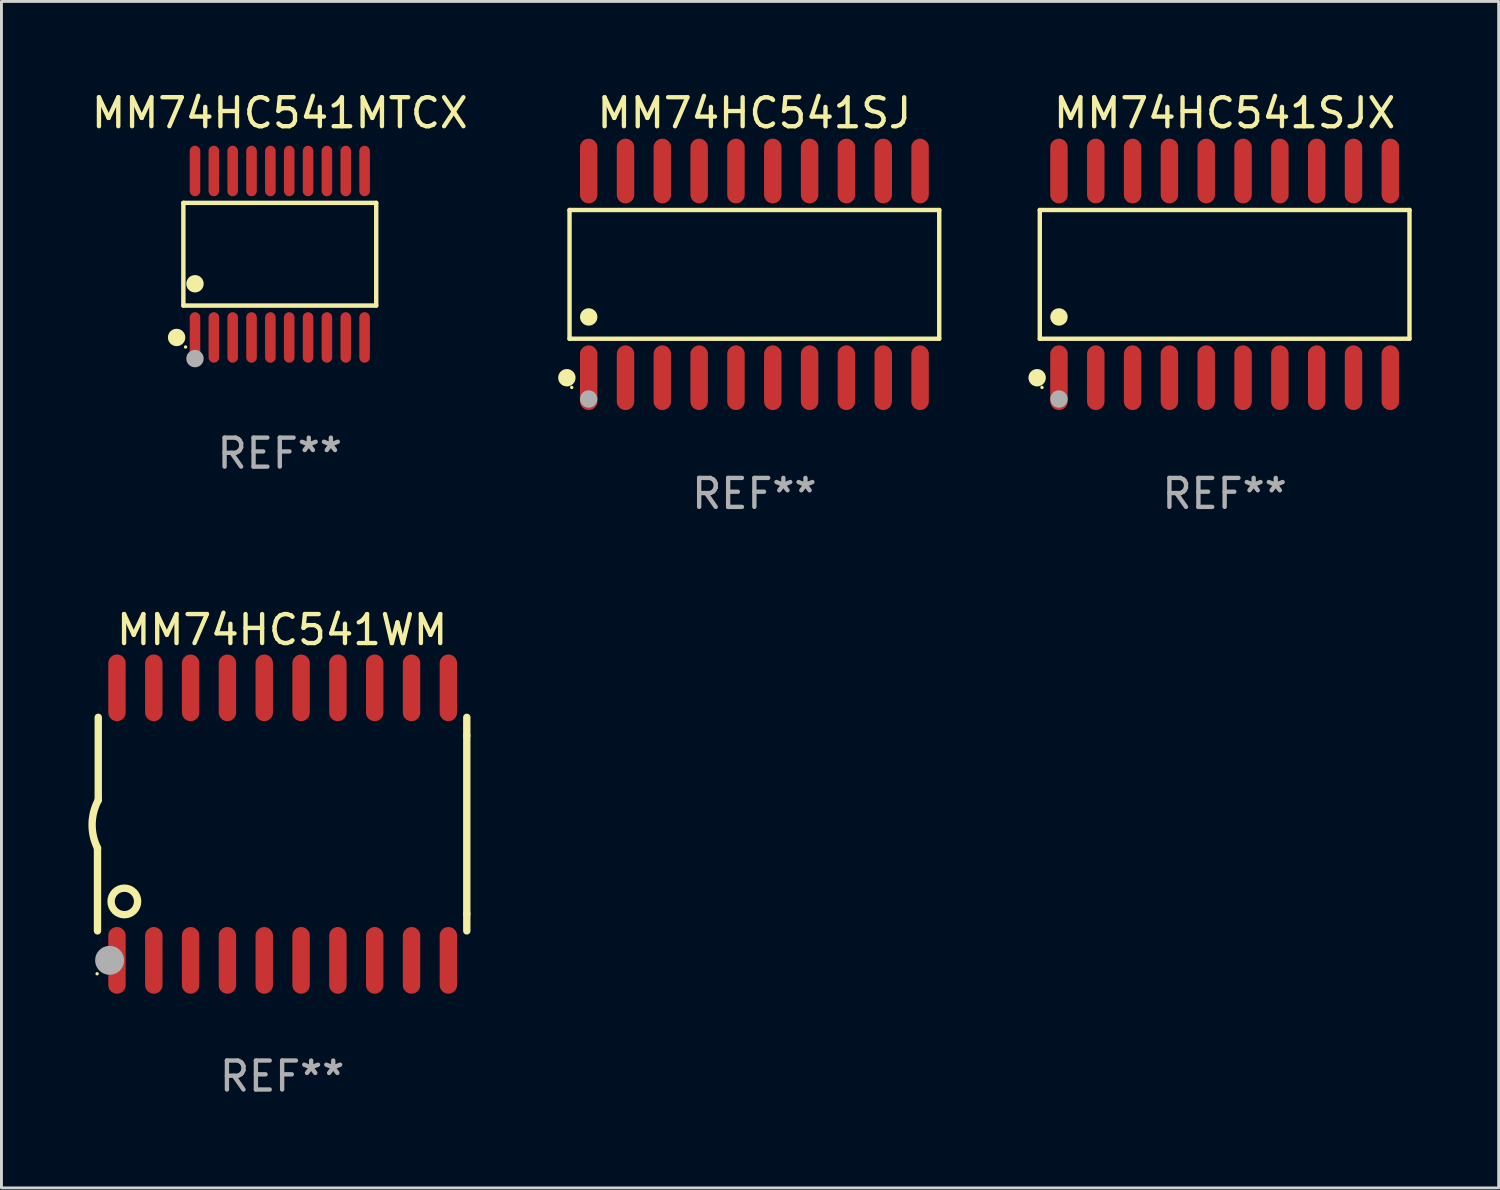
<source format=kicad_pcb>
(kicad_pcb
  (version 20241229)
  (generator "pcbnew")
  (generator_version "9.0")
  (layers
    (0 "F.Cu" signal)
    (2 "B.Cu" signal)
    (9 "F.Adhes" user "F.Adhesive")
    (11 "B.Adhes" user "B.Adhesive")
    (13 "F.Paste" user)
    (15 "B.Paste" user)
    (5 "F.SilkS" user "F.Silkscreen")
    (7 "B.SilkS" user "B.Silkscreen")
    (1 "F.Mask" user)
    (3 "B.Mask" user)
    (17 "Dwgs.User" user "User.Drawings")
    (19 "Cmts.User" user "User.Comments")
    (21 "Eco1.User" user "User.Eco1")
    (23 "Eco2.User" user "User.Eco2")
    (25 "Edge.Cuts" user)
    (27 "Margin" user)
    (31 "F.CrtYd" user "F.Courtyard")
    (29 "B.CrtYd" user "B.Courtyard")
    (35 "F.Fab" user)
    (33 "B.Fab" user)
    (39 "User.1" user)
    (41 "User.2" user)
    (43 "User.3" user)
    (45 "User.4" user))
  (footprint "MM74HC541SJ"
    (layer "F.Cu")
    (at 22.971 6.414)
    (property "Reference" "MM74HC541SJ" (at 0 -5.565 0) (layer "F.SilkS") (effects (font (size 1 1) (thickness 0.15))))
    (attr through_hole)
    (fp_line (start -6.376 -2.221) (end 6.376 -2.221) (stroke (width 0.152) (type solid)) (layer "F.SilkS"))
    (fp_line (start -6.376 2.221) (end -6.376 -2.221) (stroke (width 0.152) (type solid)) (layer "F.SilkS"))
    (fp_line (start 6.376 -2.221) (end 6.376 2.221) (stroke (width 0.152) (type solid)) (layer "F.SilkS"))
    (fp_line (start 6.376 2.221) (end -6.376 2.221) (stroke (width 0.152) (type solid)) (layer "F.SilkS"))
    (fp_circle (center -6.468 3.565) (end -6.318 3.565) (stroke (width 0.3) (type solid)) (fill no) (layer "F.SilkS"))
    (fp_circle (center -6.3 3.9) (end -6.27 3.9) (stroke (width 0.06) (type solid)) (fill no) (layer "F.SilkS"))
    (fp_circle (center -5.715 1.469) (end -5.565 1.469) (stroke (width 0.3) (type solid)) (fill no) (layer "F.SilkS"))
    (fp_circle (center -5.715 4.3) (end -5.565 4.3) (stroke (width 0.3) (type solid)) (fill no) (layer "F.Fab"))
    (fp_text user "REF**" (at 0 7.565 0) (layer "F.Fab") (effects (font (size 1 1) (thickness 0.15))))
    (pad "1" smd oval (at -5.715 3.565) (size 0.602 2.231) (layers "F.Cu" "F.Mask" "F.Paste"))
    (pad "2" smd oval (at -4.445 3.565) (size 0.602 2.231) (layers "F.Cu" "F.Mask" "F.Paste"))
    (pad "3" smd oval (at -3.175 3.565) (size 0.602 2.231) (layers "F.Cu" "F.Mask" "F.Paste"))
    (pad "4" smd oval (at -1.905 3.565) (size 0.602 2.231) (layers "F.Cu" "F.Mask" "F.Paste"))
    (pad "5" smd oval (at -0.635 3.565) (size 0.602 2.231) (layers "F.Cu" "F.Mask" "F.Paste"))
    (pad "6" smd oval (at 0.635 3.565) (size 0.602 2.231) (layers "F.Cu" "F.Mask" "F.Paste"))
    (pad "7" smd oval (at 1.905 3.565) (size 0.602 2.231) (layers "F.Cu" "F.Mask" "F.Paste"))
    (pad "8" smd oval (at 3.175 3.565) (size 0.602 2.231) (layers "F.Cu" "F.Mask" "F.Paste"))
    (pad "9" smd oval (at 4.445 3.565) (size 0.602 2.231) (layers "F.Cu" "F.Mask" "F.Paste"))
    (pad "10" smd oval (at 5.715 3.565) (size 0.602 2.231) (layers "F.Cu" "F.Mask" "F.Paste"))
    (pad "11" smd oval (at 5.715 -3.565) (size 0.602 2.231) (layers "F.Cu" "F.Mask" "F.Paste"))
    (pad "12" smd oval (at 4.445 -3.565) (size 0.602 2.231) (layers "F.Cu" "F.Mask" "F.Paste"))
    (pad "13" smd oval (at 3.175 -3.565) (size 0.602 2.231) (layers "F.Cu" "F.Mask" "F.Paste"))
    (pad "14" smd oval (at 1.905 -3.565) (size 0.602 2.231) (layers "F.Cu" "F.Mask" "F.Paste"))
    (pad "15" smd oval (at 0.635 -3.565) (size 0.602 2.231) (layers "F.Cu" "F.Mask" "F.Paste"))
    (pad "16" smd oval (at -0.635 -3.565) (size 0.602 2.231) (layers "F.Cu" "F.Mask" "F.Paste"))
    (pad "17" smd oval (at -1.905 -3.565) (size 0.602 2.231) (layers "F.Cu" "F.Mask" "F.Paste"))
    (pad "18" smd oval (at -3.175 -3.565) (size 0.602 2.231) (layers "F.Cu" "F.Mask" "F.Paste"))
    (pad "19" smd oval (at -4.445 -3.565) (size 0.602 2.231) (layers "F.Cu" "F.Mask" "F.Paste"))
    (pad "20" smd oval (at -5.715 -3.565) (size 0.602 2.231) (layers "F.Cu" "F.Mask" "F.Paste")))
  (footprint "MM74HC541MTCX"
    (layer "F.Cu")
    (at 6.601 5.719)
    (property "Reference" "MM74HC541MTCX" (at 0 -4.871 0) (layer "F.SilkS") (effects (font (size 1 1) (thickness 0.15))))
    (attr through_hole)
    (fp_line (start -3.326 -1.771) (end 3.326 -1.771) (stroke (width 0.152) (type solid)) (layer "F.SilkS"))
    (fp_line (start -3.326 1.771) (end -3.326 -1.771) (stroke (width 0.152) (type solid)) (layer "F.SilkS"))
    (fp_line (start 3.326 -1.771) (end 3.326 1.771) (stroke (width 0.152) (type solid)) (layer "F.SilkS"))
    (fp_line (start 3.326 1.771) (end -3.326 1.771) (stroke (width 0.152) (type solid)) (layer "F.SilkS"))
    (fp_circle (center -3.559 2.871) (end -3.409 2.871) (stroke (width 0.3) (type solid)) (fill no) (layer "F.SilkS"))
    (fp_circle (center -3.25 3.2) (end -3.22 3.2) (stroke (width 0.06) (type solid)) (fill no) (layer "F.SilkS"))
    (fp_circle (center -2.925 1.019) (end -2.775 1.019) (stroke (width 0.3) (type solid)) (fill no) (layer "F.SilkS"))
    (fp_circle (center -2.925 3.6) (end -2.775 3.6) (stroke (width 0.3) (type solid)) (fill no) (layer "F.Fab"))
    (fp_text user "REF**" (at 0 6.871 0) (layer "F.Fab") (effects (font (size 1 1) (thickness 0.15))))
    (pad "1" smd oval (at -2.925 2.871) (size 0.364 1.742) (layers "F.Cu" "F.Mask" "F.Paste"))
    (pad "2" smd oval (at -2.275 2.871) (size 0.364 1.742) (layers "F.Cu" "F.Mask" "F.Paste"))
    (pad "3" smd oval (at -1.625 2.871) (size 0.364 1.742) (layers "F.Cu" "F.Mask" "F.Paste"))
    (pad "4" smd oval (at -0.975 2.871) (size 0.364 1.742) (layers "F.Cu" "F.Mask" "F.Paste"))
    (pad "5" smd oval (at -0.325 2.871) (size 0.364 1.742) (layers "F.Cu" "F.Mask" "F.Paste"))
    (pad "6" smd oval (at 0.325 2.871) (size 0.364 1.742) (layers "F.Cu" "F.Mask" "F.Paste"))
    (pad "7" smd oval (at 0.975 2.871) (size 0.364 1.742) (layers "F.Cu" "F.Mask" "F.Paste"))
    (pad "8" smd oval (at 1.625 2.871) (size 0.364 1.742) (layers "F.Cu" "F.Mask" "F.Paste"))
    (pad "9" smd oval (at 2.275 2.871) (size 0.364 1.742) (layers "F.Cu" "F.Mask" "F.Paste"))
    (pad "10" smd oval (at 2.925 2.871) (size 0.364 1.742) (layers "F.Cu" "F.Mask" "F.Paste"))
    (pad "11" smd oval (at 2.925 -2.871) (size 0.364 1.742) (layers "F.Cu" "F.Mask" "F.Paste"))
    (pad "12" smd oval (at 2.275 -2.871) (size 0.364 1.742) (layers "F.Cu" "F.Mask" "F.Paste"))
    (pad "13" smd oval (at 1.625 -2.871) (size 0.364 1.742) (layers "F.Cu" "F.Mask" "F.Paste"))
    (pad "14" smd oval (at 0.975 -2.871) (size 0.364 1.742) (layers "F.Cu" "F.Mask" "F.Paste"))
    (pad "15" smd oval (at 0.325 -2.871) (size 0.364 1.742) (layers "F.Cu" "F.Mask" "F.Paste"))
    (pad "16" smd oval (at -0.325 -2.871) (size 0.364 1.742) (layers "F.Cu" "F.Mask" "F.Paste"))
    (pad "17" smd oval (at -0.975 -2.871) (size 0.364 1.742) (layers "F.Cu" "F.Mask" "F.Paste"))
    (pad "18" smd oval (at -1.625 -2.871) (size 0.364 1.742) (layers "F.Cu" "F.Mask" "F.Paste"))
    (pad "19" smd oval (at -2.275 -2.871) (size 0.364 1.742) (layers "F.Cu" "F.Mask" "F.Paste"))
    (pad "20" smd oval (at -2.925 -2.871) (size 0.364 1.742) (layers "F.Cu" "F.Mask" "F.Paste")))
  (footprint "MM74HC541SJX"
    (layer "F.Cu")
    (at 39.192 6.414)
    (property "Reference" "MM74HC541SJX" (at 0 -5.565 0) (layer "F.SilkS") (effects (font (size 1 1) (thickness 0.15))))
    (attr through_hole)
    (fp_line (start -6.376 -2.221) (end 6.376 -2.221) (stroke (width 0.152) (type solid)) (layer "F.SilkS"))
    (fp_line (start -6.376 2.221) (end -6.376 -2.221) (stroke (width 0.152) (type solid)) (layer "F.SilkS"))
    (fp_line (start 6.376 -2.221) (end 6.376 2.221) (stroke (width 0.152) (type solid)) (layer "F.SilkS"))
    (fp_line (start 6.376 2.221) (end -6.376 2.221) (stroke (width 0.152) (type solid)) (layer "F.SilkS"))
    (fp_circle (center -6.468 3.565) (end -6.318 3.565) (stroke (width 0.3) (type solid)) (fill no) (layer "F.SilkS"))
    (fp_circle (center -6.3 3.9) (end -6.27 3.9) (stroke (width 0.06) (type solid)) (fill no) (layer "F.SilkS"))
    (fp_circle (center -5.715 1.469) (end -5.565 1.469) (stroke (width 0.3) (type solid)) (fill no) (layer "F.SilkS"))
    (fp_circle (center -5.715 4.3) (end -5.565 4.3) (stroke (width 0.3) (type solid)) (fill no) (layer "F.Fab"))
    (fp_text user "REF**" (at 0 7.565 0) (layer "F.Fab") (effects (font (size 1 1) (thickness 0.15))))
    (pad "1" smd oval (at -5.715 3.565) (size 0.602 2.231) (layers "F.Cu" "F.Mask" "F.Paste"))
    (pad "2" smd oval (at -4.445 3.565) (size 0.602 2.231) (layers "F.Cu" "F.Mask" "F.Paste"))
    (pad "3" smd oval (at -3.175 3.565) (size 0.602 2.231) (layers "F.Cu" "F.Mask" "F.Paste"))
    (pad "4" smd oval (at -1.905 3.565) (size 0.602 2.231) (layers "F.Cu" "F.Mask" "F.Paste"))
    (pad "5" smd oval (at -0.635 3.565) (size 0.602 2.231) (layers "F.Cu" "F.Mask" "F.Paste"))
    (pad "6" smd oval (at 0.635 3.565) (size 0.602 2.231) (layers "F.Cu" "F.Mask" "F.Paste"))
    (pad "7" smd oval (at 1.905 3.565) (size 0.602 2.231) (layers "F.Cu" "F.Mask" "F.Paste"))
    (pad "8" smd oval (at 3.175 3.565) (size 0.602 2.231) (layers "F.Cu" "F.Mask" "F.Paste"))
    (pad "9" smd oval (at 4.445 3.565) (size 0.602 2.231) (layers "F.Cu" "F.Mask" "F.Paste"))
    (pad "10" smd oval (at 5.715 3.565) (size 0.602 2.231) (layers "F.Cu" "F.Mask" "F.Paste"))
    (pad "11" smd oval (at 5.715 -3.565) (size 0.602 2.231) (layers "F.Cu" "F.Mask" "F.Paste"))
    (pad "12" smd oval (at 4.445 -3.565) (size 0.602 2.231) (layers "F.Cu" "F.Mask" "F.Paste"))
    (pad "13" smd oval (at 3.175 -3.565) (size 0.602 2.231) (layers "F.Cu" "F.Mask" "F.Paste"))
    (pad "14" smd oval (at 1.905 -3.565) (size 0.602 2.231) (layers "F.Cu" "F.Mask" "F.Paste"))
    (pad "15" smd oval (at 0.635 -3.565) (size 0.602 2.231) (layers "F.Cu" "F.Mask" "F.Paste"))
    (pad "16" smd oval (at -0.635 -3.565) (size 0.602 2.231) (layers "F.Cu" "F.Mask" "F.Paste"))
    (pad "17" smd oval (at -1.905 -3.565) (size 0.602 2.231) (layers "F.Cu" "F.Mask" "F.Paste"))
    (pad "18" smd oval (at -3.175 -3.565) (size 0.602 2.231) (layers "F.Cu" "F.Mask" "F.Paste"))
    (pad "19" smd oval (at -4.445 -3.565) (size 0.602 2.231) (layers "F.Cu" "F.Mask" "F.Paste"))
    (pad "20" smd oval (at -5.715 -3.565) (size 0.602 2.231) (layers "F.Cu" "F.Mask" "F.Paste")))
  (footprint "MM74HC541WM"
    (layer "F.Cu")
    (at 6.682 25.376)
    (property "Reference" "MM74HC541WM" (at 0 -6.7 0) (layer "F.SilkS") (effects (font (size 1 1) (thickness 0.15))))
    (attr through_hole)
    (fp_line (start -6.369 0.826) (end -6.369 3.683) (stroke (width 0.254) (type solid)) (layer "F.SilkS"))
    (fp_line (start -6.343 -0.825) (end -6.343 -3.683) (stroke (width 0.254) (type solid)) (layer "F.SilkS"))
    (fp_line (start 6.369 -3.048) (end 6.369 -3.683) (stroke (width 0.254) (type solid)) (layer "F.SilkS"))
    (fp_line (start 6.369 -3.048) (end 6.369 3.096) (stroke (width 0.254) (type solid)) (layer "F.SilkS"))
    (fp_line (start 6.369 3.096) (end 6.369 3.683) (stroke (width 0.254) (type solid)) (layer "F.SilkS"))
    (fp_arc (start -6.36853 0.825552) (mid -6.554743 -0.00301) (end -6.343129 -0.825451) (stroke (width 0.254001) (type solid)) (layer "F.SilkS"))
    (fp_circle (center -6.382 5.163) (end -6.352 5.163) (stroke (width 0.06) (type solid)) (fill no) (layer "F.SilkS"))
    (fp_circle (center -5.443 2.667) (end -4.985 2.667) (stroke (width 0.254) (type solid)) (fill no) (layer "F.SilkS"))
    (fp_circle (center -5.951 4.699) (end -5.701 4.699) (stroke (width 0.5) (type solid)) (fill no) (layer "F.Fab"))
    (fp_text user "REF**" (at 0 8.7 0) (layer "F.Fab") (effects (font (size 1 1) (thickness 0.15))))
    (pad "1" smd oval (at -5.697 4.7 180) (size 0.6 2.3) (layers "F.Cu" "F.Mask" "F.Paste"))
    (pad "2" smd oval (at -4.427 4.7 180) (size 0.6 2.3) (layers "F.Cu" "F.Mask" "F.Paste"))
    (pad "3" smd oval (at -3.157 4.7 180) (size 0.6 2.3) (layers "F.Cu" "F.Mask" "F.Paste"))
    (pad "4" smd oval (at -1.887 4.7 180) (size 0.6 2.3) (layers "F.Cu" "F.Mask" "F.Paste"))
    (pad "5" smd oval (at -0.617 4.7 180) (size 0.6 2.3) (layers "F.Cu" "F.Mask" "F.Paste"))
    (pad "6" smd oval (at 0.653 4.7 180) (size 0.6 2.3) (layers "F.Cu" "F.Mask" "F.Paste"))
    (pad "7" smd oval (at 1.923 4.7 180) (size 0.6 2.3) (layers "F.Cu" "F.Mask" "F.Paste"))
    (pad "8" smd oval (at 3.193 4.7 180) (size 0.6 2.3) (layers "F.Cu" "F.Mask" "F.Paste"))
    (pad "9" smd oval (at 4.463 4.7 180) (size 0.6 2.3) (layers "F.Cu" "F.Mask" "F.Paste"))
    (pad "10" smd oval (at 5.734 4.7 180) (size 0.6 2.3) (layers "F.Cu" "F.Mask" "F.Paste"))
    (pad "11" smd oval (at 5.734 -4.7 180) (size 0.6 2.3) (layers "F.Cu" "F.Mask" "F.Paste"))
    (pad "12" smd oval (at 4.463 -4.7 180) (size 0.6 2.3) (layers "F.Cu" "F.Mask" "F.Paste"))
    (pad "13" smd oval (at 3.193 -4.7 180) (size 0.6 2.3) (layers "F.Cu" "F.Mask" "F.Paste"))
    (pad "14" smd oval (at 1.923 -4.7 180) (size 0.6 2.3) (layers "F.Cu" "F.Mask" "F.Paste"))
    (pad "15" smd oval (at 0.653 -4.7 180) (size 0.6 2.3) (layers "F.Cu" "F.Mask" "F.Paste"))
    (pad "16" smd oval (at -0.617 -4.7 180) (size 0.6 2.3) (layers "F.Cu" "F.Mask" "F.Paste"))
    (pad "17" smd oval (at -1.887 -4.7 180) (size 0.6 2.3) (layers "F.Cu" "F.Mask" "F.Paste"))
    (pad "18" smd oval (at -3.157 -4.7 180) (size 0.6 2.3) (layers "F.Cu" "F.Mask" "F.Paste"))
    (pad "19" smd oval (at -4.427 -4.7 180) (size 0.6 2.3) (layers "F.Cu" "F.Mask" "F.Paste"))
    (pad "20" smd oval (at -5.697 -4.7 180) (size 0.6 2.3) (layers "F.Cu" "F.Mask" "F.Paste")))
  (gr_rect
    (start -3 -3)
    (end 48.644 37.924)
    (stroke (width 0.1) (type default))
    (fill no)
    (layer "Edge.Cuts")))
</source>
